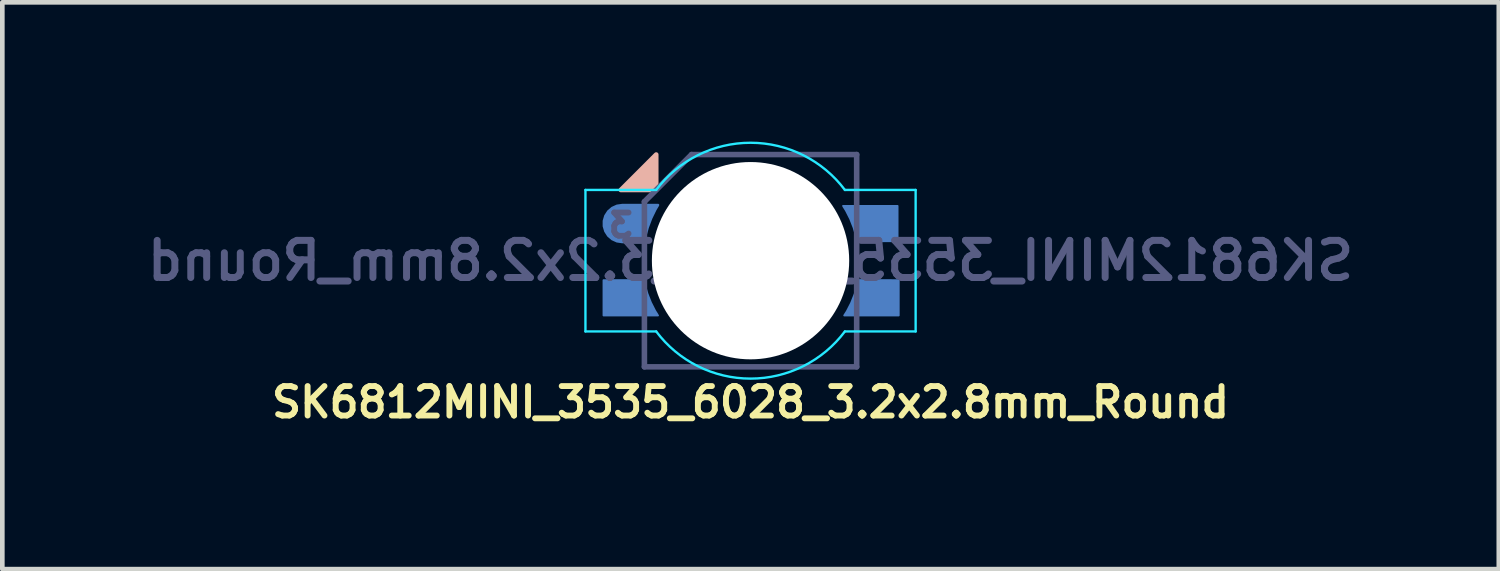
<source format=kicad_pcb>
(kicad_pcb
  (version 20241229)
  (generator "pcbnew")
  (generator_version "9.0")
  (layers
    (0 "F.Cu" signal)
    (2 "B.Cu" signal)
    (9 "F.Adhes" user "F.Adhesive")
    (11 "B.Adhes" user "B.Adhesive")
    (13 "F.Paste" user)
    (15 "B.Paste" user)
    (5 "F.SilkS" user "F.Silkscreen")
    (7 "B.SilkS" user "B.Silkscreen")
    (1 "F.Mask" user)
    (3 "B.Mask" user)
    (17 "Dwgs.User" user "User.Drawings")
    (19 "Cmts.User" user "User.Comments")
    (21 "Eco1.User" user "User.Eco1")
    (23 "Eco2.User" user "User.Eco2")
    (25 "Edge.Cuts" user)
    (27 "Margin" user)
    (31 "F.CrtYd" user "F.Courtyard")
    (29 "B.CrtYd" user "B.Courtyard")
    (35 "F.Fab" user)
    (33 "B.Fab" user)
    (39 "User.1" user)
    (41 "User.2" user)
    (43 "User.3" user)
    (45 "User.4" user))
  (footprint "SK6812MINI_3535_6028_3.2x2.8mm_Round"
    (layer "F.Cu")
    (at 13.116 2.565)
    (property "Reference" "SK6812MINI_3535_6028_3.2x2.8mm_Round" (at 0 3.048 180) (layer "F.SilkS") (effects (font (size 0.635 0.635) (thickness 0.127))))
    (attr smd)
    (fp_poly (pts (xy -2.794 -1.524) (xy -2.032 -1.524) (xy -2.032 -2.286)) (stroke (width 0.1) (type solid)) (fill yes) (layer "B.SilkS"))
    (fp_line (start -3.556 -1.524) (end -2.032 -1.524) (stroke (width 0.051) (type solid)) (layer "B.CrtYd"))
    (fp_line (start -3.556 1.524) (end -3.556 -1.524) (stroke (width 0.051) (type solid)) (layer "B.CrtYd"))
    (fp_line (start -2.032 1.524) (end -3.556 1.524) (stroke (width 0.051) (type solid)) (layer "B.CrtYd"))
    (fp_line (start 2.032 -1.524) (end 3.556 -1.524) (stroke (width 0.051) (type solid)) (layer "B.CrtYd"))
    (fp_line (start 3.556 -1.524) (end 3.556 1.524) (stroke (width 0.051) (type solid)) (layer "B.CrtYd"))
    (fp_line (start 3.556 1.524) (end 2.032 1.524) (stroke (width 0.051) (type solid)) (layer "B.CrtYd"))
    (fp_arc (start -2.031999 -1.524) (mid 0.000883 -2.539999) (end 2.033058 -1.522587) (stroke (width 0.0508) (type solid)) (layer "B.CrtYd"))
    (fp_arc (start 2.032 1.524) (mid -0.000882 2.54) (end -2.033058 1.522588) (stroke (width 0.0508) (type solid)) (layer "B.CrtYd"))
    (fp_line (start -2.286 -1.27) (end -2.286 2.286) (stroke (width 0.12) (type solid)) (layer "B.Fab"))
    (fp_line (start -2.286 2.286) (end 2.286 2.286) (stroke (width 0.12) (type solid)) (layer "B.Fab"))
    (fp_line (start -1.27 -2.286) (end -2.286 -1.27) (stroke (width 0.12) (type solid)) (layer "B.Fab"))
    (fp_line (start 2.286 -2.286) (end -1.27 -2.286) (stroke (width 0.12) (type solid)) (layer "B.Fab"))
    (fp_line (start 2.286 2.286) (end 2.286 -2.286) (stroke (width 0.12) (type solid)) (layer "B.Fab"))
    (fp_text user "${REFERENCE}" (at 0 0 0) (layer "B.Fab") (effects (font (size 0.8 0.8) (thickness 0.15)) (justify mirror)))
    (fp_text user "3" (at -2.794 -0.762 180) (layer "B.Fab") (effects (font (size 0.5 0.5) (thickness 0.125)) (justify mirror)))
    (pad "" np_thru_hole circle (at 0 0 180) (size 4.25 4.25) (drill 4.25) (layers "*.Cu" "*.Mask"))
    (pad "5V" smd custom (at 2.667 0.8 180) (size 0.5 0.5) (layers "B.Cu" "B.Mask" "B.Paste") (options (anchor circle)) (primitives (gr_arc (start 0.348406 0.36956) (mid 0.463396 -0.017576) (end 0.647952 -0.376793) (width 0.04)) (gr_line (start 0.346 0.383) (end -0.525 0.38) (width 0.04)) (gr_line (start -0.525 -0.38) (end -0.525 0.38) (width 0.04)) (gr_poly (pts (xy 0.425 0.025) (xy 0.325 0.375) (xy -0.525 0.375) (xy -0.525 -0.375) (xy 0.625 -0.375)) (width 0.04) (fill yes)) (gr_line (start 0.65 -0.38) (end -0.525 -0.38) (width 0.04))))
    (pad "DIN" smd custom (at -2.642 0.8) (size 0.5 0.5) (layers "B.Cu" "B.Mask" "B.Paste") (options (anchor circle)) (primitives (gr_arc (start 0.641866 0.367193) (mid 0.459184 0.007002) (end 0.346216 -0.380745) (width 0.04)) (gr_line (start 0.346 -0.383) (end -0.525 -0.38) (width 0.04)) (gr_line (start -0.525 0.38) (end -0.525 -0.38) (width 0.04)) (gr_poly (pts (xy 0.425 -0.025) (xy 0.625 0.375) (xy -0.525 0.375) (xy -0.525 -0.375) (xy 0.325 -0.375)) (width 0.04) (fill yes)) (gr_line (start 0.65 0.38) (end -0.525 0.38) (width 0.04))))
    (pad "DOUT" smd custom (at 2.642 -0.8 180) (size 0.5 0.5) (layers "B.Cu" "B.Mask" "B.Paste") (options (anchor circle)) (primitives (gr_arc (start 0.641866 0.367193) (mid 0.459184 0.007002) (end 0.346216 -0.380745) (width 0.04)) (gr_line (start 0.346 -0.383) (end -0.525 -0.38) (width 0.04)) (gr_line (start -0.525 0.38) (end -0.525 -0.38) (width 0.04)) (gr_poly (pts (xy 0.425 -0.025) (xy 0.625 0.375) (xy -0.525 0.375) (xy -0.525 -0.375) (xy 0.325 -0.375)) (width 0.04) (fill yes)) (gr_line (start 0.65 0.38) (end -0.525 0.38) (width 0.04))))
    (pad "GND" smd custom (at -2.565 -0.8) (size 0.5 0.5) (layers "B.Cu" "B.Mask" "B.Paste") (options (anchor circle)) (primitives (gr_poly (pts (xy 0.45 -0.2) (xy 0.35 0.025) (xy 0.3 0.25) (xy 0.25 0.4) (xy -0.175 0.4) (xy -0.175 -0.4) (xy 0.55 -0.4)) (width 0.04) (fill yes)) (gr_line (start -0.2 -0.4) (end 0.575 -0.4) (width 0.05)) (gr_arc (start 0.276411 0.392062) (mid 0.388114 -0.013553) (end 0.571534 -0.39218) (width 0.05)) (gr_arc (start -0.2 0.4) (mid -0.6 0) (end -0.2 -0.4) (width 0.05)) (gr_circle (center -0.2 0) (end 0 0) (width 0.4) (fill no)) (gr_line (start -0.2 0.4) (end 0.275 0.4) (width 0.05)))))
  (gr_rect
    (start -3 -3)
    (end 29.233 9.208)
    (stroke (width 0.1) (type default))
    (fill no)
    (layer "Edge.Cuts")))
</source>
